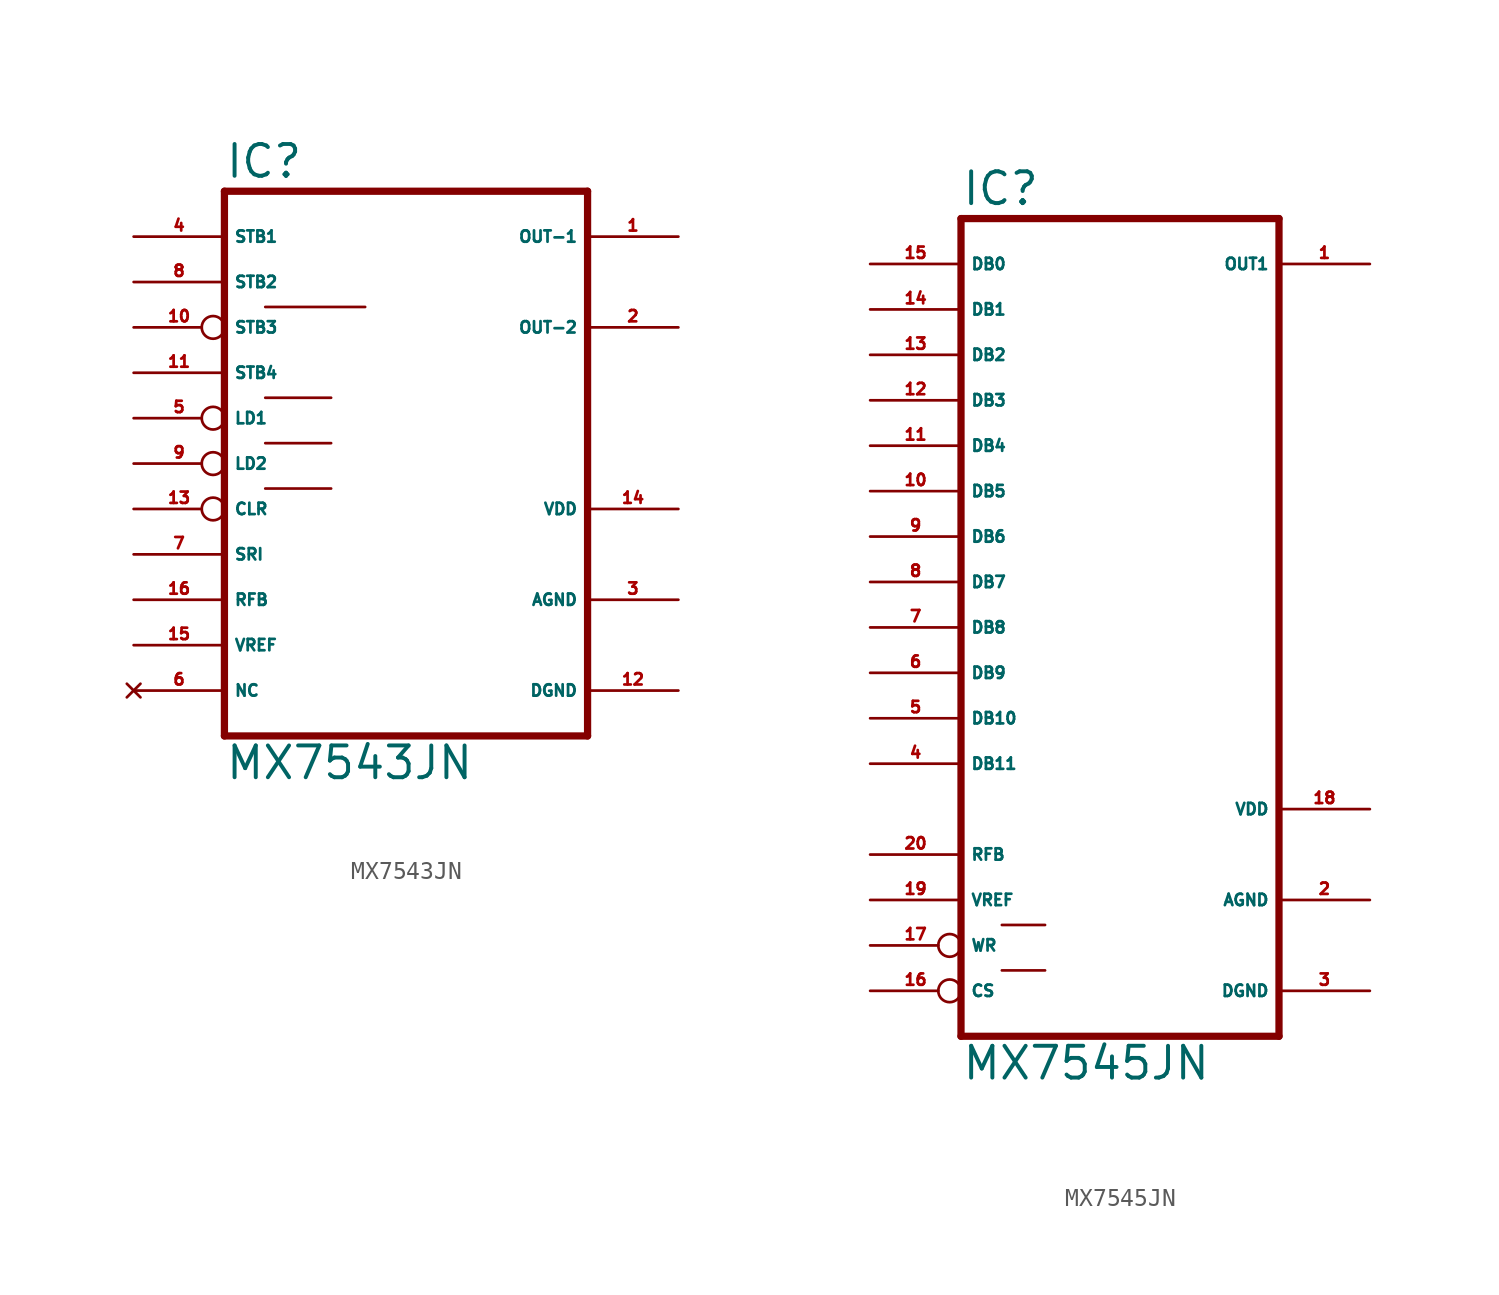
<source format=kicad_sym>
(kicad_symbol_lib
  (version 20220914)
  (generator Eagle2Kicad)
  (symbol "MX7543JN"
    (property "Reference" "IC"
      (at -10.16 15.875 0)
      (effects (font (size 1.778 1.778) (thickness 0.22)) (justify left bottom)))
    (property "Value" "MX7543JN"
      (at -10.16 -17.78 0)
      (effects (font (size 1.778 1.778) (thickness 0.22)) (justify left bottom)))
    (polyline
      (pts (xy -10.16 -15.24) (xy 10.16 -15.24))
      (stroke (width 0.406) (type default))
      (fill (type none)))
    (polyline
      (pts (xy 10.16 15.24) (xy 10.16 -15.24))
      (stroke (width 0.406) (type default))
      (fill (type none)))
    (polyline
      (pts (xy 10.16 15.24) (xy -10.16 15.24))
      (stroke (width 0.406) (type default))
      (fill (type none)))
    (polyline
      (pts (xy -10.16 -15.24) (xy -10.16 15.24))
      (stroke (width 0.406) (type default))
      (fill (type none)))
    (polyline
      (pts (xy -7.874 8.763) (xy -2.286 8.763))
      (stroke (width 0.152) (type default))
      (fill (type none)))
    (polyline
      (pts (xy -7.874 3.683) (xy -4.191 3.683))
      (stroke (width 0.152) (type default))
      (fill (type none)))
    (polyline
      (pts (xy -7.874 1.143) (xy -4.191 1.143))
      (stroke (width 0.152) (type default))
      (fill (type none)))
    (polyline
      (pts (xy -7.874 -1.397) (xy -4.191 -1.397))
      (stroke (width 0.152) (type default))
      (fill (type none)))
    (pin input line
      (at -15.24 12.7 0)
      (length 5.08)
      (name "STB1" (effects (font (size 0.635 0.635) (thickness 0.08)) (justify left bottom)))
      (number "4" (effects (font (size 0.635 0.635) (thickness 0.08)) (justify left bottom))))
    (pin input line
      (at -15.24 5.08 0)
      (length 5.08)
      (name "STB4" (effects (font (size 0.635 0.635) (thickness 0.08)) (justify left bottom)))
      (number "11" (effects (font (size 0.635 0.635) (thickness 0.08)) (justify left bottom))))
    (pin input line
      (at -15.24 10.16 0)
      (length 5.08)
      (name "STB2" (effects (font (size 0.635 0.635) (thickness 0.08)) (justify left bottom)))
      (number "8" (effects (font (size 0.635 0.635) (thickness 0.08)) (justify left bottom))))
    (pin input inverted
      (at -15.24 7.62 0)
      (length 5.08)
      (name "STB3" (effects (font (size 0.635 0.635) (thickness 0.08)) (justify left bottom)))
      (number "10" (effects (font (size 0.635 0.635) (thickness 0.08)) (justify left bottom))))
    (pin input inverted
      (at -15.24 2.54 0)
      (length 5.08)
      (name "LD1" (effects (font (size 0.635 0.635) (thickness 0.08)) (justify left bottom)))
      (number "5" (effects (font (size 0.635 0.635) (thickness 0.08)) (justify left bottom))))
    (pin input inverted
      (at -15.24 0 0)
      (length 5.08)
      (name "LD2" (effects (font (size 0.635 0.635) (thickness 0.08)) (justify left bottom)))
      (number "9" (effects (font (size 0.635 0.635) (thickness 0.08)) (justify left bottom))))
    (pin input inverted
      (at -15.24 -2.54 0)
      (length 5.08)
      (name "CLR" (effects (font (size 0.635 0.635) (thickness 0.08)) (justify left bottom)))
      (number "13" (effects (font (size 0.635 0.635) (thickness 0.08)) (justify left bottom))))
    (pin input line
      (at -15.24 -5.08 0)
      (length 5.08)
      (name "SRI" (effects (font (size 0.635 0.635) (thickness 0.08)) (justify left bottom)))
      (number "7" (effects (font (size 0.635 0.635) (thickness 0.08)) (justify left bottom))))
    (pin no_connect line
      (at -15.24 -12.7 0)
      (length 5.08)
      (name "NC" (effects (font (size 0.635 0.635) (thickness 0.08)) (justify left bottom) hide))
      (number "6" (effects (font (size 0.635 0.635) (thickness 0.08)) (justify left bottom) hide)))
    (pin unspecified line
      (at 15.24 -12.7 180)
      (length 5.08)
      (name "DGND" (effects (font (size 0.635 0.635) (thickness 0.08)) (justify left bottom)))
      (number "12" (effects (font (size 0.635 0.635) (thickness 0.08)) (justify left bottom))))
    (pin input line
      (at -15.24 -7.62 0)
      (length 5.08)
      (name "RFB" (effects (font (size 0.635 0.635) (thickness 0.08)) (justify left bottom)))
      (number "16" (effects (font (size 0.635 0.635) (thickness 0.08)) (justify left bottom))))
    (pin input line
      (at -15.24 -10.16 0)
      (length 5.08)
      (name "VREF" (effects (font (size 0.635 0.635) (thickness 0.08)) (justify left bottom)))
      (number "15" (effects (font (size 0.635 0.635) (thickness 0.08)) (justify left bottom))))
    (pin output line
      (at 15.24 12.7 180)
      (length 5.08)
      (name "OUT-1" (effects (font (size 0.635 0.635) (thickness 0.08)) (justify left bottom)))
      (number "1" (effects (font (size 0.635 0.635) (thickness 0.08)) (justify left bottom))))
    (pin output line
      (at 15.24 7.62 180)
      (length 5.08)
      (name "OUT-2" (effects (font (size 0.635 0.635) (thickness 0.08)) (justify left bottom)))
      (number "2" (effects (font (size 0.635 0.635) (thickness 0.08)) (justify left bottom))))
    (pin unspecified line
      (at 15.24 -7.62 180)
      (length 5.08)
      (name "AGND" (effects (font (size 0.635 0.635) (thickness 0.08)) (justify left bottom)))
      (number "3" (effects (font (size 0.635 0.635) (thickness 0.08)) (justify left bottom))))
    (pin unspecified line
      (at 15.24 -2.54 180)
      (length 5.08)
      (name "VDD" (effects (font (size 0.635 0.635) (thickness 0.08)) (justify left bottom)))
      (number "14" (effects (font (size 0.635 0.635) (thickness 0.08)) (justify left bottom)))))
  (symbol "MX7545JN"
    (property "Reference" "IC"
      (at -10.16 23.495 0)
      (effects (font (size 1.778 1.778) (thickness 0.22)) (justify left bottom)))
    (property "Value" "MX7545JN"
      (at -10.16 -25.4 0)
      (effects (font (size 1.778 1.778) (thickness 0.22)) (justify left bottom)))
    (polyline
      (pts (xy -10.16 -22.86) (xy 7.62 -22.86))
      (stroke (width 0.406) (type default))
      (fill (type none)))
    (polyline
      (pts (xy 7.62 22.86) (xy 7.62 -22.86))
      (stroke (width 0.406) (type default))
      (fill (type none)))
    (polyline
      (pts (xy 7.62 22.86) (xy -10.16 22.86))
      (stroke (width 0.406) (type default))
      (fill (type none)))
    (polyline
      (pts (xy -10.16 -22.86) (xy -10.16 22.86))
      (stroke (width 0.406) (type default))
      (fill (type none)))
    (polyline
      (pts (xy -7.874 -19.177) (xy -5.461 -19.177))
      (stroke (width 0.152) (type default))
      (fill (type none)))
    (polyline
      (pts (xy -7.874 -16.637) (xy -5.461 -16.637))
      (stroke (width 0.152) (type default))
      (fill (type none)))
    (pin input line
      (at -15.24 20.32 0)
      (length 5.08)
      (name "DB0" (effects (font (size 0.635 0.635) (thickness 0.08)) (justify left bottom)))
      (number "15" (effects (font (size 0.635 0.635) (thickness 0.08)) (justify left bottom))))
    (pin input line
      (at -15.24 17.78 0)
      (length 5.08)
      (name "DB1" (effects (font (size 0.635 0.635) (thickness 0.08)) (justify left bottom)))
      (number "14" (effects (font (size 0.635 0.635) (thickness 0.08)) (justify left bottom))))
    (pin input line
      (at -15.24 15.24 0)
      (length 5.08)
      (name "DB2" (effects (font (size 0.635 0.635) (thickness 0.08)) (justify left bottom)))
      (number "13" (effects (font (size 0.635 0.635) (thickness 0.08)) (justify left bottom))))
    (pin input line
      (at -15.24 12.7 0)
      (length 5.08)
      (name "DB3" (effects (font (size 0.635 0.635) (thickness 0.08)) (justify left bottom)))
      (number "12" (effects (font (size 0.635 0.635) (thickness 0.08)) (justify left bottom))))
    (pin input line
      (at -15.24 10.16 0)
      (length 5.08)
      (name "DB4" (effects (font (size 0.635 0.635) (thickness 0.08)) (justify left bottom)))
      (number "11" (effects (font (size 0.635 0.635) (thickness 0.08)) (justify left bottom))))
    (pin input line
      (at -15.24 7.62 0)
      (length 5.08)
      (name "DB5" (effects (font (size 0.635 0.635) (thickness 0.08)) (justify left bottom)))
      (number "10" (effects (font (size 0.635 0.635) (thickness 0.08)) (justify left bottom))))
    (pin input line
      (at -15.24 5.08 0)
      (length 5.08)
      (name "DB6" (effects (font (size 0.635 0.635) (thickness 0.08)) (justify left bottom)))
      (number "9" (effects (font (size 0.635 0.635) (thickness 0.08)) (justify left bottom))))
    (pin input line
      (at -15.24 2.54 0)
      (length 5.08)
      (name "DB7" (effects (font (size 0.635 0.635) (thickness 0.08)) (justify left bottom)))
      (number "8" (effects (font (size 0.635 0.635) (thickness 0.08)) (justify left bottom))))
    (pin input line
      (at -15.24 0 0)
      (length 5.08)
      (name "DB8" (effects (font (size 0.635 0.635) (thickness 0.08)) (justify left bottom)))
      (number "7" (effects (font (size 0.635 0.635) (thickness 0.08)) (justify left bottom))))
    (pin input line
      (at -15.24 -2.54 0)
      (length 5.08)
      (name "DB9" (effects (font (size 0.635 0.635) (thickness 0.08)) (justify left bottom)))
      (number "6" (effects (font (size 0.635 0.635) (thickness 0.08)) (justify left bottom))))
    (pin input line
      (at -15.24 -5.08 0)
      (length 5.08)
      (name "DB10" (effects (font (size 0.635 0.635) (thickness 0.08)) (justify left bottom)))
      (number "5" (effects (font (size 0.635 0.635) (thickness 0.08)) (justify left bottom))))
    (pin input line
      (at -15.24 -7.62 0)
      (length 5.08)
      (name "DB11" (effects (font (size 0.635 0.635) (thickness 0.08)) (justify left bottom)))
      (number "4" (effects (font (size 0.635 0.635) (thickness 0.08)) (justify left bottom))))
    (pin input line
      (at -15.24 -12.7 0)
      (length 5.08)
      (name "RFB" (effects (font (size 0.635 0.635) (thickness 0.08)) (justify left bottom)))
      (number "20" (effects (font (size 0.635 0.635) (thickness 0.08)) (justify left bottom))))
    (pin input line
      (at -15.24 -15.24 0)
      (length 5.08)
      (name "VREF" (effects (font (size 0.635 0.635) (thickness 0.08)) (justify left bottom)))
      (number "19" (effects (font (size 0.635 0.635) (thickness 0.08)) (justify left bottom))))
    (pin output line
      (at 12.7 20.32 180)
      (length 5.08)
      (name "OUT1" (effects (font (size 0.635 0.635) (thickness 0.08)) (justify left bottom)))
      (number "1" (effects (font (size 0.635 0.635) (thickness 0.08)) (justify left bottom))))
    (pin unspecified line
      (at 12.7 -20.32 180)
      (length 5.08)
      (name "DGND" (effects (font (size 0.635 0.635) (thickness 0.08)) (justify left bottom)))
      (number "3" (effects (font (size 0.635 0.635) (thickness 0.08)) (justify left bottom))))
    (pin unspecified line
      (at 12.7 -15.24 180)
      (length 5.08)
      (name "AGND" (effects (font (size 0.635 0.635) (thickness 0.08)) (justify left bottom)))
      (number "2" (effects (font (size 0.635 0.635) (thickness 0.08)) (justify left bottom))))
    (pin unspecified line
      (at 12.7 -10.16 180)
      (length 5.08)
      (name "VDD" (effects (font (size 0.635 0.635) (thickness 0.08)) (justify left bottom)))
      (number "18" (effects (font (size 0.635 0.635) (thickness 0.08)) (justify left bottom))))
    (pin input inverted
      (at -15.24 -17.78 0)
      (length 5.08)
      (name "WR" (effects (font (size 0.635 0.635) (thickness 0.08)) (justify left bottom)))
      (number "17" (effects (font (size 0.635 0.635) (thickness 0.08)) (justify left bottom))))
    (pin input inverted
      (at -15.24 -20.32 0)
      (length 5.08)
      (name "CS" (effects (font (size 0.635 0.635) (thickness 0.08)) (justify left bottom)))
      (number "16" (effects (font (size 0.635 0.635) (thickness 0.08)) (justify left bottom))))))
</source>
